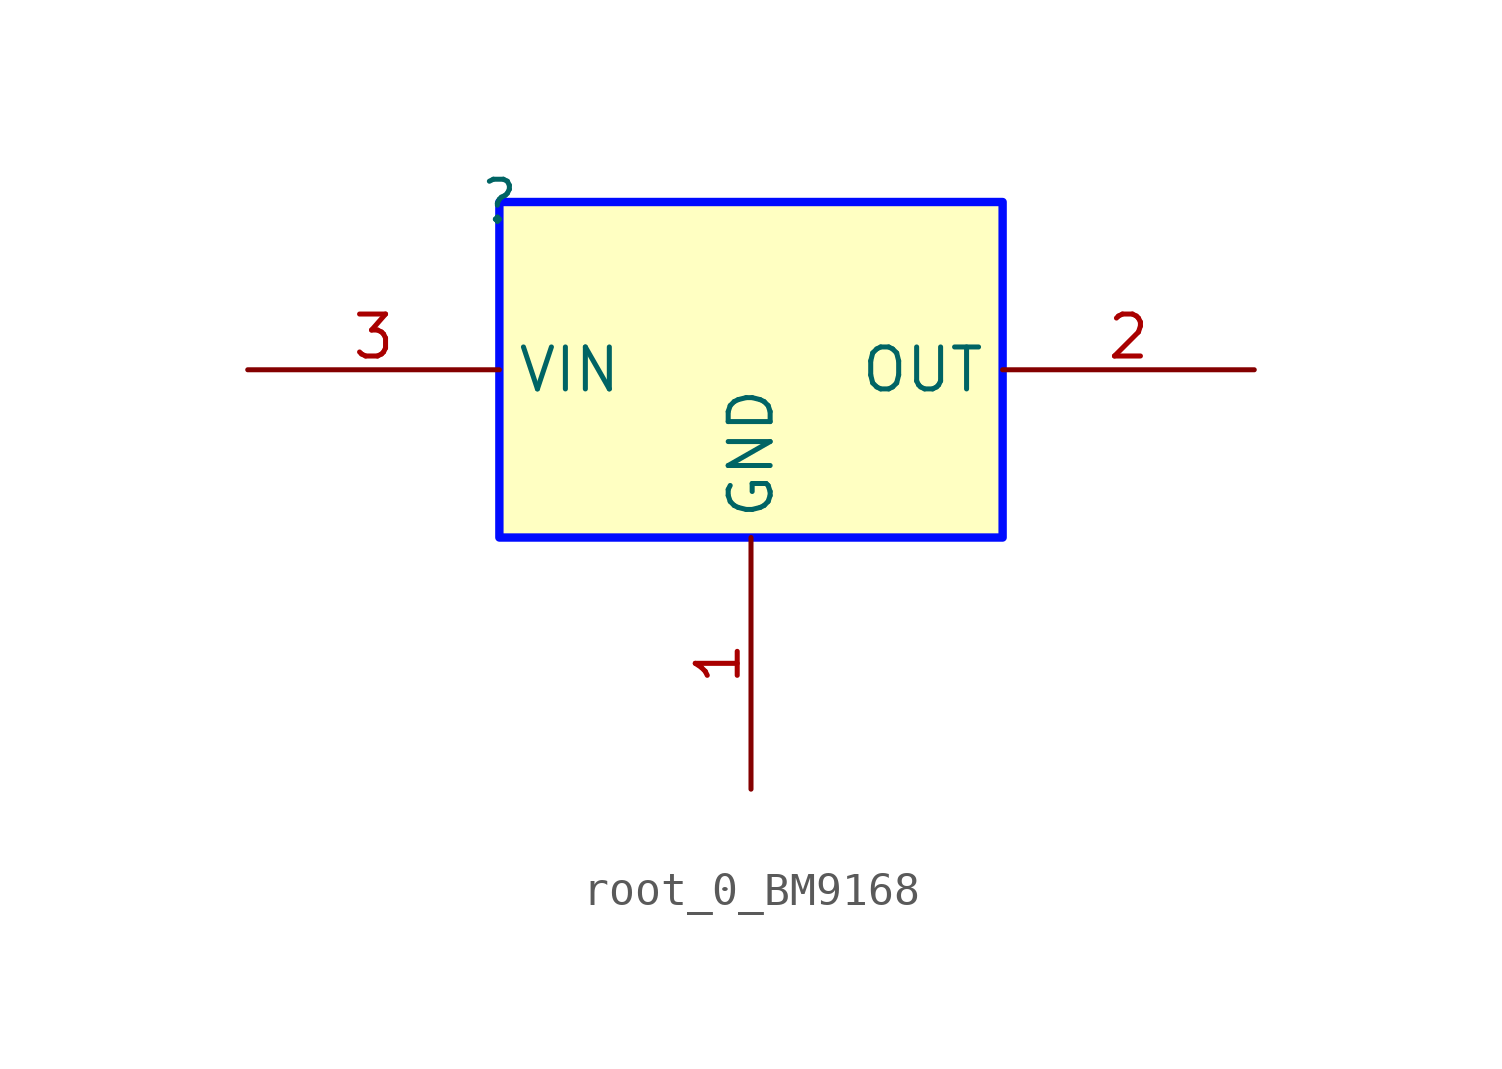
<source format=kicad_sym>
(kicad_symbol_lib
  (version 20231120)
  (generator "kicad_symbol_editor")
  (generator_version "8.0")
  (symbol "root_0_BM9168"
    (property "Reference" ""
      (at 0 0 0)
      (effects (font (size 1.27 1.27))))
    (property "Value" ""
      (at 0 0 0)
      (effects (font (size 1.27 1.27))))
    (symbol "root_0_BM9168_1_0"
      (rectangle (start 15.24 0) (end 0 -10.16) (stroke (width 0.254) (type solid) (color 0 11 255 1)) (fill (type background)))
      (pin passive line (at 7.62 -17.78 90) (length 7.62) (name "GND" (effects (font (size 1.27 1.27)))) (number "1" (effects (font (size 1.27 1.27)))))
      (pin passive line (at 22.86 -5.08 180) (length 7.62) (name "OUT" (effects (font (size 1.27 1.27)))) (number "2" (effects (font (size 1.27 1.27)))))
      (pin passive line (at -7.62 -5.08 0) (length 7.62) (name "VIN" (effects (font (size 1.27 1.27)))) (number "3" (effects (font (size 1.27 1.27))))))))
</source>
